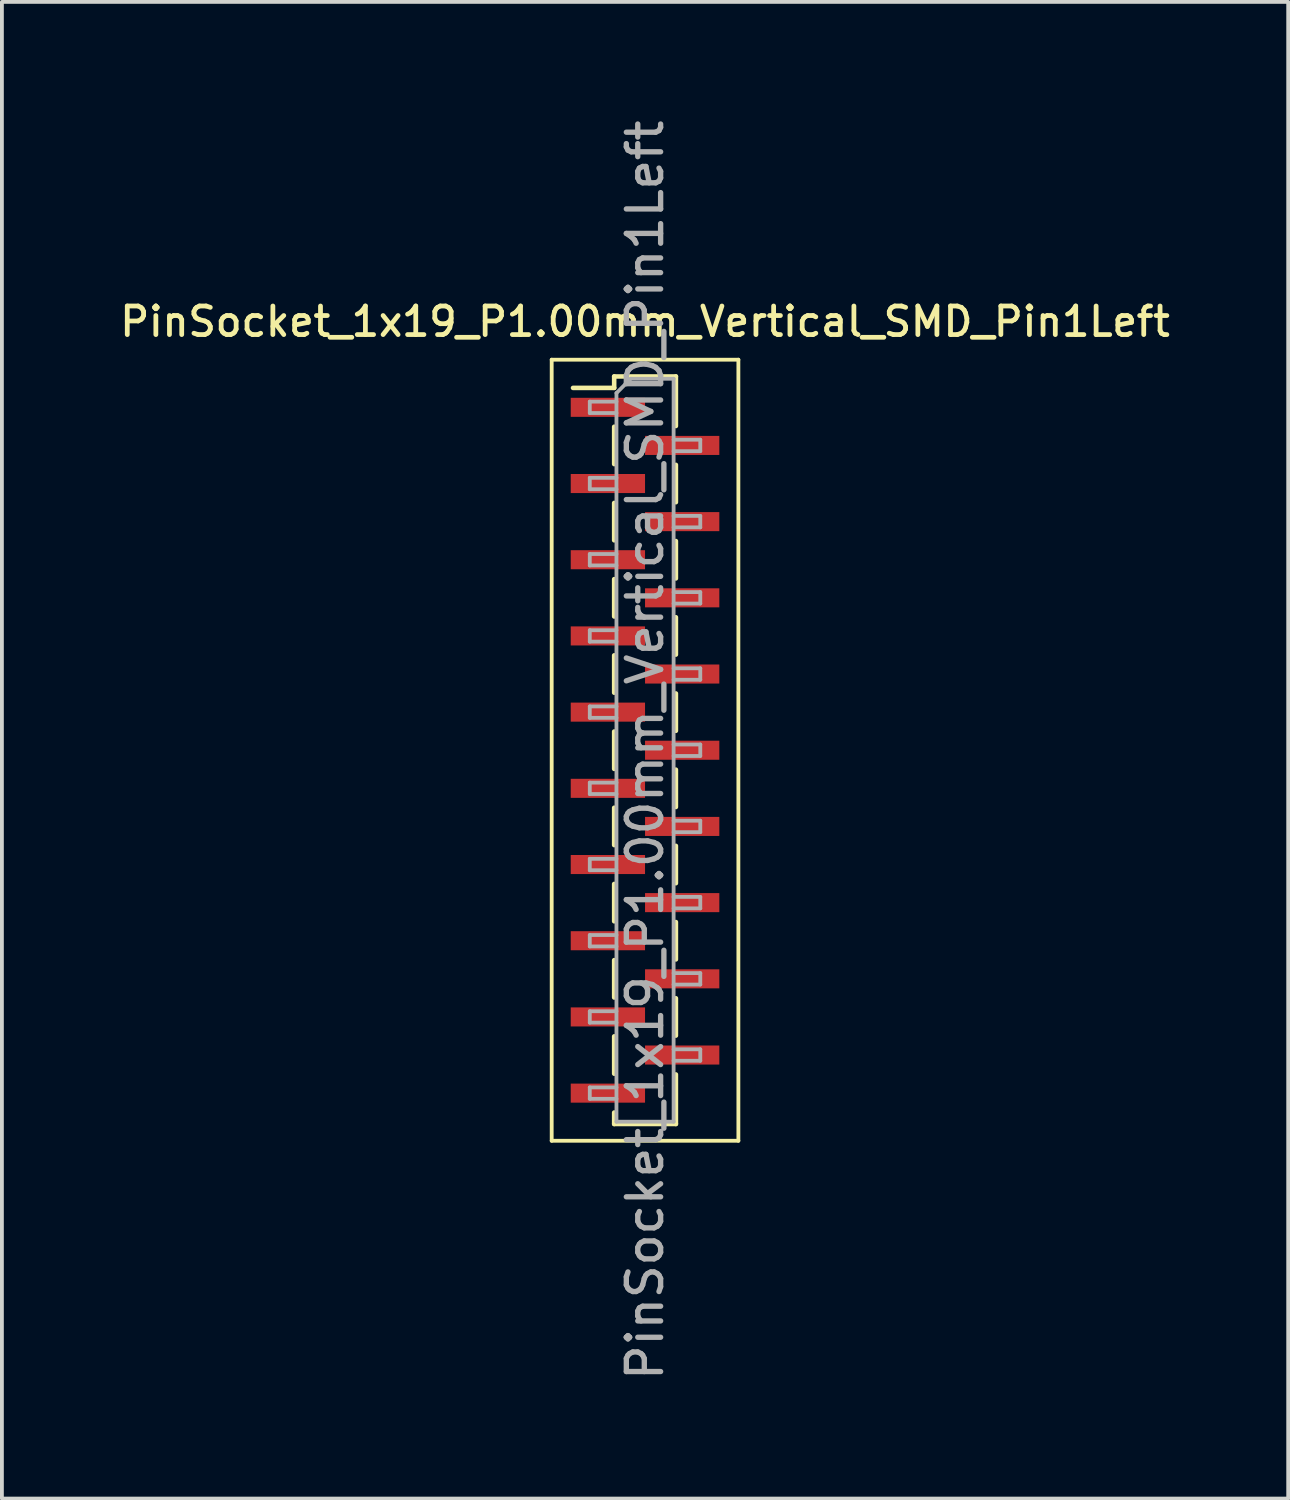
<source format=kicad_pcb>
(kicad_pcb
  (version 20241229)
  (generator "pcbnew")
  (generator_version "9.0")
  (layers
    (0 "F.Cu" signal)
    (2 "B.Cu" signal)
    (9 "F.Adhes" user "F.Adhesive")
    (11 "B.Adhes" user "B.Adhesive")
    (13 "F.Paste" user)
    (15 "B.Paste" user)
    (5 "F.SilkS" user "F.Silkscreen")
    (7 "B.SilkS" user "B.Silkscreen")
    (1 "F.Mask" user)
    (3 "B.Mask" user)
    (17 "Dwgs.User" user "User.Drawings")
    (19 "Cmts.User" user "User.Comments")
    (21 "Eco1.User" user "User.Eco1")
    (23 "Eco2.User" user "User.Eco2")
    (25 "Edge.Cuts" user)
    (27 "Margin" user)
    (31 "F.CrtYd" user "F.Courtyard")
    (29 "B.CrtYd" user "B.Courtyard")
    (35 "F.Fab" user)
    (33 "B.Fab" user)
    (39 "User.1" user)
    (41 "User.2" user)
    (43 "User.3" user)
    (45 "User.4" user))
  (footprint "PinSocket_1x19_P1.00mm_Vertical_SMD_Pin1Left"
    (layer "F.Cu")
    (at 13.88 16.641)
    (property "Reference" "PinSocket_1x19_P1.00mm_Vertical_SMD_Pin1Left" (at 0 -11.25 0) (layer "F.SilkS") (effects (font (size 0.75 0.75) (thickness 0.125))))
    (attr smd)
    (fp_line (start -2.45 -10.25) (end 2.45 -10.25) (stroke (width 0.1) (type solid)) (layer "F.SilkS"))
    (fp_line (start -2.45 10.25) (end -2.45 -10.25) (stroke (width 0.1) (type solid)) (layer "F.SilkS"))
    (fp_line (start -1.89 -9.51) (end -0.81 -9.51) (stroke (width 0.12) (type solid)) (layer "F.SilkS"))
    (fp_line (start -0.81 -9.81) (end -0.81 -9.51) (stroke (width 0.12) (type solid)) (layer "F.SilkS"))
    (fp_line (start -0.81 -9.81) (end 0.81 -9.81) (stroke (width 0.12) (type solid)) (layer "F.SilkS"))
    (fp_line (start -0.81 -8.49) (end -0.81 -7.51) (stroke (width 0.12) (type solid)) (layer "F.SilkS"))
    (fp_line (start -0.81 -6.49) (end -0.81 -5.51) (stroke (width 0.12) (type solid)) (layer "F.SilkS"))
    (fp_line (start -0.81 -4.49) (end -0.81 -3.51) (stroke (width 0.12) (type solid)) (layer "F.SilkS"))
    (fp_line (start -0.81 -2.49) (end -0.81 -1.51) (stroke (width 0.12) (type solid)) (layer "F.SilkS"))
    (fp_line (start -0.81 -0.49) (end -0.81 0.49) (stroke (width 0.12) (type solid)) (layer "F.SilkS"))
    (fp_line (start -0.81 1.51) (end -0.81 2.49) (stroke (width 0.12) (type solid)) (layer "F.SilkS"))
    (fp_line (start -0.81 3.51) (end -0.81 4.49) (stroke (width 0.12) (type solid)) (layer "F.SilkS"))
    (fp_line (start -0.81 5.51) (end -0.81 6.49) (stroke (width 0.12) (type solid)) (layer "F.SilkS"))
    (fp_line (start -0.81 7.51) (end -0.81 8.49) (stroke (width 0.12) (type solid)) (layer "F.SilkS"))
    (fp_line (start -0.81 9.51) (end -0.81 9.81) (stroke (width 0.12) (type solid)) (layer "F.SilkS"))
    (fp_line (start -0.81 9.81) (end 0.81 9.81) (stroke (width 0.12) (type solid)) (layer "F.SilkS"))
    (fp_line (start 0.81 -9.81) (end 0.81 -8.51) (stroke (width 0.12) (type solid)) (layer "F.SilkS"))
    (fp_line (start 0.81 -7.49) (end 0.81 -6.51) (stroke (width 0.12) (type solid)) (layer "F.SilkS"))
    (fp_line (start 0.81 -5.49) (end 0.81 -4.51) (stroke (width 0.12) (type solid)) (layer "F.SilkS"))
    (fp_line (start 0.81 -3.49) (end 0.81 -2.51) (stroke (width 0.12) (type solid)) (layer "F.SilkS"))
    (fp_line (start 0.81 -1.49) (end 0.81 -0.51) (stroke (width 0.12) (type solid)) (layer "F.SilkS"))
    (fp_line (start 0.81 0.51) (end 0.81 1.49) (stroke (width 0.12) (type solid)) (layer "F.SilkS"))
    (fp_line (start 0.81 2.51) (end 0.81 3.49) (stroke (width 0.12) (type solid)) (layer "F.SilkS"))
    (fp_line (start 0.81 4.51) (end 0.81 5.49) (stroke (width 0.12) (type solid)) (layer "F.SilkS"))
    (fp_line (start 0.81 6.51) (end 0.81 7.49) (stroke (width 0.12) (type solid)) (layer "F.SilkS"))
    (fp_line (start 0.81 8.51) (end 0.81 9.81) (stroke (width 0.12) (type solid)) (layer "F.SilkS"))
    (fp_line (start 2.45 -10.25) (end 2.45 10.25) (stroke (width 0.1) (type solid)) (layer "F.SilkS"))
    (fp_line (start 2.45 10.25) (end -2.45 10.25) (stroke (width 0.1) (type solid)) (layer "F.SilkS"))
    (fp_line (start -1.45 -9.15) (end -0.75 -9.15) (stroke (width 0.1) (type solid)) (layer "F.Fab"))
    (fp_line (start -1.45 -8.85) (end -1.45 -9.15) (stroke (width 0.1) (type solid)) (layer "F.Fab"))
    (fp_line (start -1.45 -7.15) (end -0.75 -7.15) (stroke (width 0.1) (type solid)) (layer "F.Fab"))
    (fp_line (start -1.45 -6.85) (end -1.45 -7.15) (stroke (width 0.1) (type solid)) (layer "F.Fab"))
    (fp_line (start -1.45 -5.15) (end -0.75 -5.15) (stroke (width 0.1) (type solid)) (layer "F.Fab"))
    (fp_line (start -1.45 -4.85) (end -1.45 -5.15) (stroke (width 0.1) (type solid)) (layer "F.Fab"))
    (fp_line (start -1.45 -3.15) (end -0.75 -3.15) (stroke (width 0.1) (type solid)) (layer "F.Fab"))
    (fp_line (start -1.45 -2.85) (end -1.45 -3.15) (stroke (width 0.1) (type solid)) (layer "F.Fab"))
    (fp_line (start -1.45 -1.15) (end -0.75 -1.15) (stroke (width 0.1) (type solid)) (layer "F.Fab"))
    (fp_line (start -1.45 -0.85) (end -1.45 -1.15) (stroke (width 0.1) (type solid)) (layer "F.Fab"))
    (fp_line (start -1.45 0.85) (end -0.75 0.85) (stroke (width 0.1) (type solid)) (layer "F.Fab"))
    (fp_line (start -1.45 1.15) (end -1.45 0.85) (stroke (width 0.1) (type solid)) (layer "F.Fab"))
    (fp_line (start -1.45 2.85) (end -0.75 2.85) (stroke (width 0.1) (type solid)) (layer "F.Fab"))
    (fp_line (start -1.45 3.15) (end -1.45 2.85) (stroke (width 0.1) (type solid)) (layer "F.Fab"))
    (fp_line (start -1.45 4.85) (end -0.75 4.85) (stroke (width 0.1) (type solid)) (layer "F.Fab"))
    (fp_line (start -1.45 5.15) (end -1.45 4.85) (stroke (width 0.1) (type solid)) (layer "F.Fab"))
    (fp_line (start -1.45 6.85) (end -0.75 6.85) (stroke (width 0.1) (type solid)) (layer "F.Fab"))
    (fp_line (start -1.45 7.15) (end -1.45 6.85) (stroke (width 0.1) (type solid)) (layer "F.Fab"))
    (fp_line (start -1.45 8.85) (end -0.75 8.85) (stroke (width 0.1) (type solid)) (layer "F.Fab"))
    (fp_line (start -1.45 9.15) (end -1.45 8.85) (stroke (width 0.1) (type solid)) (layer "F.Fab"))
    (fp_line (start -0.75 -9.375) (end -0.375 -9.75) (stroke (width 0.1) (type solid)) (layer "F.Fab"))
    (fp_line (start -0.75 -8.85) (end -1.45 -8.85) (stroke (width 0.1) (type solid)) (layer "F.Fab"))
    (fp_line (start -0.75 -6.85) (end -1.45 -6.85) (stroke (width 0.1) (type solid)) (layer "F.Fab"))
    (fp_line (start -0.75 -4.85) (end -1.45 -4.85) (stroke (width 0.1) (type solid)) (layer "F.Fab"))
    (fp_line (start -0.75 -2.85) (end -1.45 -2.85) (stroke (width 0.1) (type solid)) (layer "F.Fab"))
    (fp_line (start -0.75 -0.85) (end -1.45 -0.85) (stroke (width 0.1) (type solid)) (layer "F.Fab"))
    (fp_line (start -0.75 1.15) (end -1.45 1.15) (stroke (width 0.1) (type solid)) (layer "F.Fab"))
    (fp_line (start -0.75 3.15) (end -1.45 3.15) (stroke (width 0.1) (type solid)) (layer "F.Fab"))
    (fp_line (start -0.75 5.15) (end -1.45 5.15) (stroke (width 0.1) (type solid)) (layer "F.Fab"))
    (fp_line (start -0.75 7.15) (end -1.45 7.15) (stroke (width 0.1) (type solid)) (layer "F.Fab"))
    (fp_line (start -0.75 9.15) (end -1.45 9.15) (stroke (width 0.1) (type solid)) (layer "F.Fab"))
    (fp_line (start -0.75 9.75) (end -0.75 -9.375) (stroke (width 0.1) (type solid)) (layer "F.Fab"))
    (fp_line (start -0.375 -9.75) (end 0.75 -9.75) (stroke (width 0.1) (type solid)) (layer "F.Fab"))
    (fp_line (start 0.75 -9.75) (end 0.75 9.75) (stroke (width 0.1) (type solid)) (layer "F.Fab"))
    (fp_line (start 0.75 -8.15) (end 1.45 -8.15) (stroke (width 0.1) (type solid)) (layer "F.Fab"))
    (fp_line (start 0.75 -6.15) (end 1.45 -6.15) (stroke (width 0.1) (type solid)) (layer "F.Fab"))
    (fp_line (start 0.75 -4.15) (end 1.45 -4.15) (stroke (width 0.1) (type solid)) (layer "F.Fab"))
    (fp_line (start 0.75 -2.15) (end 1.45 -2.15) (stroke (width 0.1) (type solid)) (layer "F.Fab"))
    (fp_line (start 0.75 -0.15) (end 1.45 -0.15) (stroke (width 0.1) (type solid)) (layer "F.Fab"))
    (fp_line (start 0.75 1.85) (end 1.45 1.85) (stroke (width 0.1) (type solid)) (layer "F.Fab"))
    (fp_line (start 0.75 3.85) (end 1.45 3.85) (stroke (width 0.1) (type solid)) (layer "F.Fab"))
    (fp_line (start 0.75 5.85) (end 1.45 5.85) (stroke (width 0.1) (type solid)) (layer "F.Fab"))
    (fp_line (start 0.75 7.85) (end 1.45 7.85) (stroke (width 0.1) (type solid)) (layer "F.Fab"))
    (fp_line (start 0.75 9.75) (end -0.75 9.75) (stroke (width 0.1) (type solid)) (layer "F.Fab"))
    (fp_line (start 1.45 -8.15) (end 1.45 -7.85) (stroke (width 0.1) (type solid)) (layer "F.Fab"))
    (fp_line (start 1.45 -7.85) (end 0.75 -7.85) (stroke (width 0.1) (type solid)) (layer "F.Fab"))
    (fp_line (start 1.45 -6.15) (end 1.45 -5.85) (stroke (width 0.1) (type solid)) (layer "F.Fab"))
    (fp_line (start 1.45 -5.85) (end 0.75 -5.85) (stroke (width 0.1) (type solid)) (layer "F.Fab"))
    (fp_line (start 1.45 -4.15) (end 1.45 -3.85) (stroke (width 0.1) (type solid)) (layer "F.Fab"))
    (fp_line (start 1.45 -3.85) (end 0.75 -3.85) (stroke (width 0.1) (type solid)) (layer "F.Fab"))
    (fp_line (start 1.45 -2.15) (end 1.45 -1.85) (stroke (width 0.1) (type solid)) (layer "F.Fab"))
    (fp_line (start 1.45 -1.85) (end 0.75 -1.85) (stroke (width 0.1) (type solid)) (layer "F.Fab"))
    (fp_line (start 1.45 -0.15) (end 1.45 0.15) (stroke (width 0.1) (type solid)) (layer "F.Fab"))
    (fp_line (start 1.45 0.15) (end 0.75 0.15) (stroke (width 0.1) (type solid)) (layer "F.Fab"))
    (fp_line (start 1.45 1.85) (end 1.45 2.15) (stroke (width 0.1) (type solid)) (layer "F.Fab"))
    (fp_line (start 1.45 2.15) (end 0.75 2.15) (stroke (width 0.1) (type solid)) (layer "F.Fab"))
    (fp_line (start 1.45 3.85) (end 1.45 4.15) (stroke (width 0.1) (type solid)) (layer "F.Fab"))
    (fp_line (start 1.45 4.15) (end 0.75 4.15) (stroke (width 0.1) (type solid)) (layer "F.Fab"))
    (fp_line (start 1.45 5.85) (end 1.45 6.15) (stroke (width 0.1) (type solid)) (layer "F.Fab"))
    (fp_line (start 1.45 6.15) (end 0.75 6.15) (stroke (width 0.1) (type solid)) (layer "F.Fab"))
    (fp_line (start 1.45 7.85) (end 1.45 8.15) (stroke (width 0.1) (type solid)) (layer "F.Fab"))
    (fp_line (start 1.45 8.15) (end 0.75 8.15) (stroke (width 0.1) (type solid)) (layer "F.Fab"))
    (fp_text user "${REFERENCE}" (at 0 0 90) (layer "F.Fab") (effects (font (size 0.9 0.9) (thickness 0.14))))
    (pad "1" smd rect (at -0.975 -9) (size 1.95 0.5) (layers "F.Cu" "F.Mask" "F.Paste"))
    (pad "2" smd rect (at 0.975 -8) (size 1.95 0.5) (layers "F.Cu" "F.Mask" "F.Paste"))
    (pad "3" smd rect (at -0.975 -7) (size 1.95 0.5) (layers "F.Cu" "F.Mask" "F.Paste"))
    (pad "4" smd rect (at 0.975 -6) (size 1.95 0.5) (layers "F.Cu" "F.Mask" "F.Paste"))
    (pad "5" smd rect (at -0.975 -5) (size 1.95 0.5) (layers "F.Cu" "F.Mask" "F.Paste"))
    (pad "6" smd rect (at 0.975 -4) (size 1.95 0.5) (layers "F.Cu" "F.Mask" "F.Paste"))
    (pad "7" smd rect (at -0.975 -3) (size 1.95 0.5) (layers "F.Cu" "F.Mask" "F.Paste"))
    (pad "8" smd rect (at 0.975 -2) (size 1.95 0.5) (layers "F.Cu" "F.Mask" "F.Paste"))
    (pad "9" smd rect (at -0.975 -1) (size 1.95 0.5) (layers "F.Cu" "F.Mask" "F.Paste"))
    (pad "10" smd rect (at 0.975 0) (size 1.95 0.5) (layers "F.Cu" "F.Mask" "F.Paste"))
    (pad "11" smd rect (at -0.975 1) (size 1.95 0.5) (layers "F.Cu" "F.Mask" "F.Paste"))
    (pad "12" smd rect (at 0.975 2) (size 1.95 0.5) (layers "F.Cu" "F.Mask" "F.Paste"))
    (pad "13" smd rect (at -0.975 3) (size 1.95 0.5) (layers "F.Cu" "F.Mask" "F.Paste"))
    (pad "14" smd rect (at 0.975 4) (size 1.95 0.5) (layers "F.Cu" "F.Mask" "F.Paste"))
    (pad "15" smd rect (at -0.975 5) (size 1.95 0.5) (layers "F.Cu" "F.Mask" "F.Paste"))
    (pad "16" smd rect (at 0.975 6) (size 1.95 0.5) (layers "F.Cu" "F.Mask" "F.Paste"))
    (pad "17" smd rect (at -0.975 7) (size 1.95 0.5) (layers "F.Cu" "F.Mask" "F.Paste"))
    (pad "18" smd rect (at 0.975 8) (size 1.95 0.5) (layers "F.Cu" "F.Mask" "F.Paste"))
    (pad "19" smd rect (at -0.975 9) (size 1.95 0.5) (layers "F.Cu" "F.Mask" "F.Paste")))
  (gr_rect
    (start -3 -3)
    (end 30.761 36.283)
    (stroke (width 0.1) (type default))
    (fill no)
    (layer "Edge.Cuts")))
</source>
